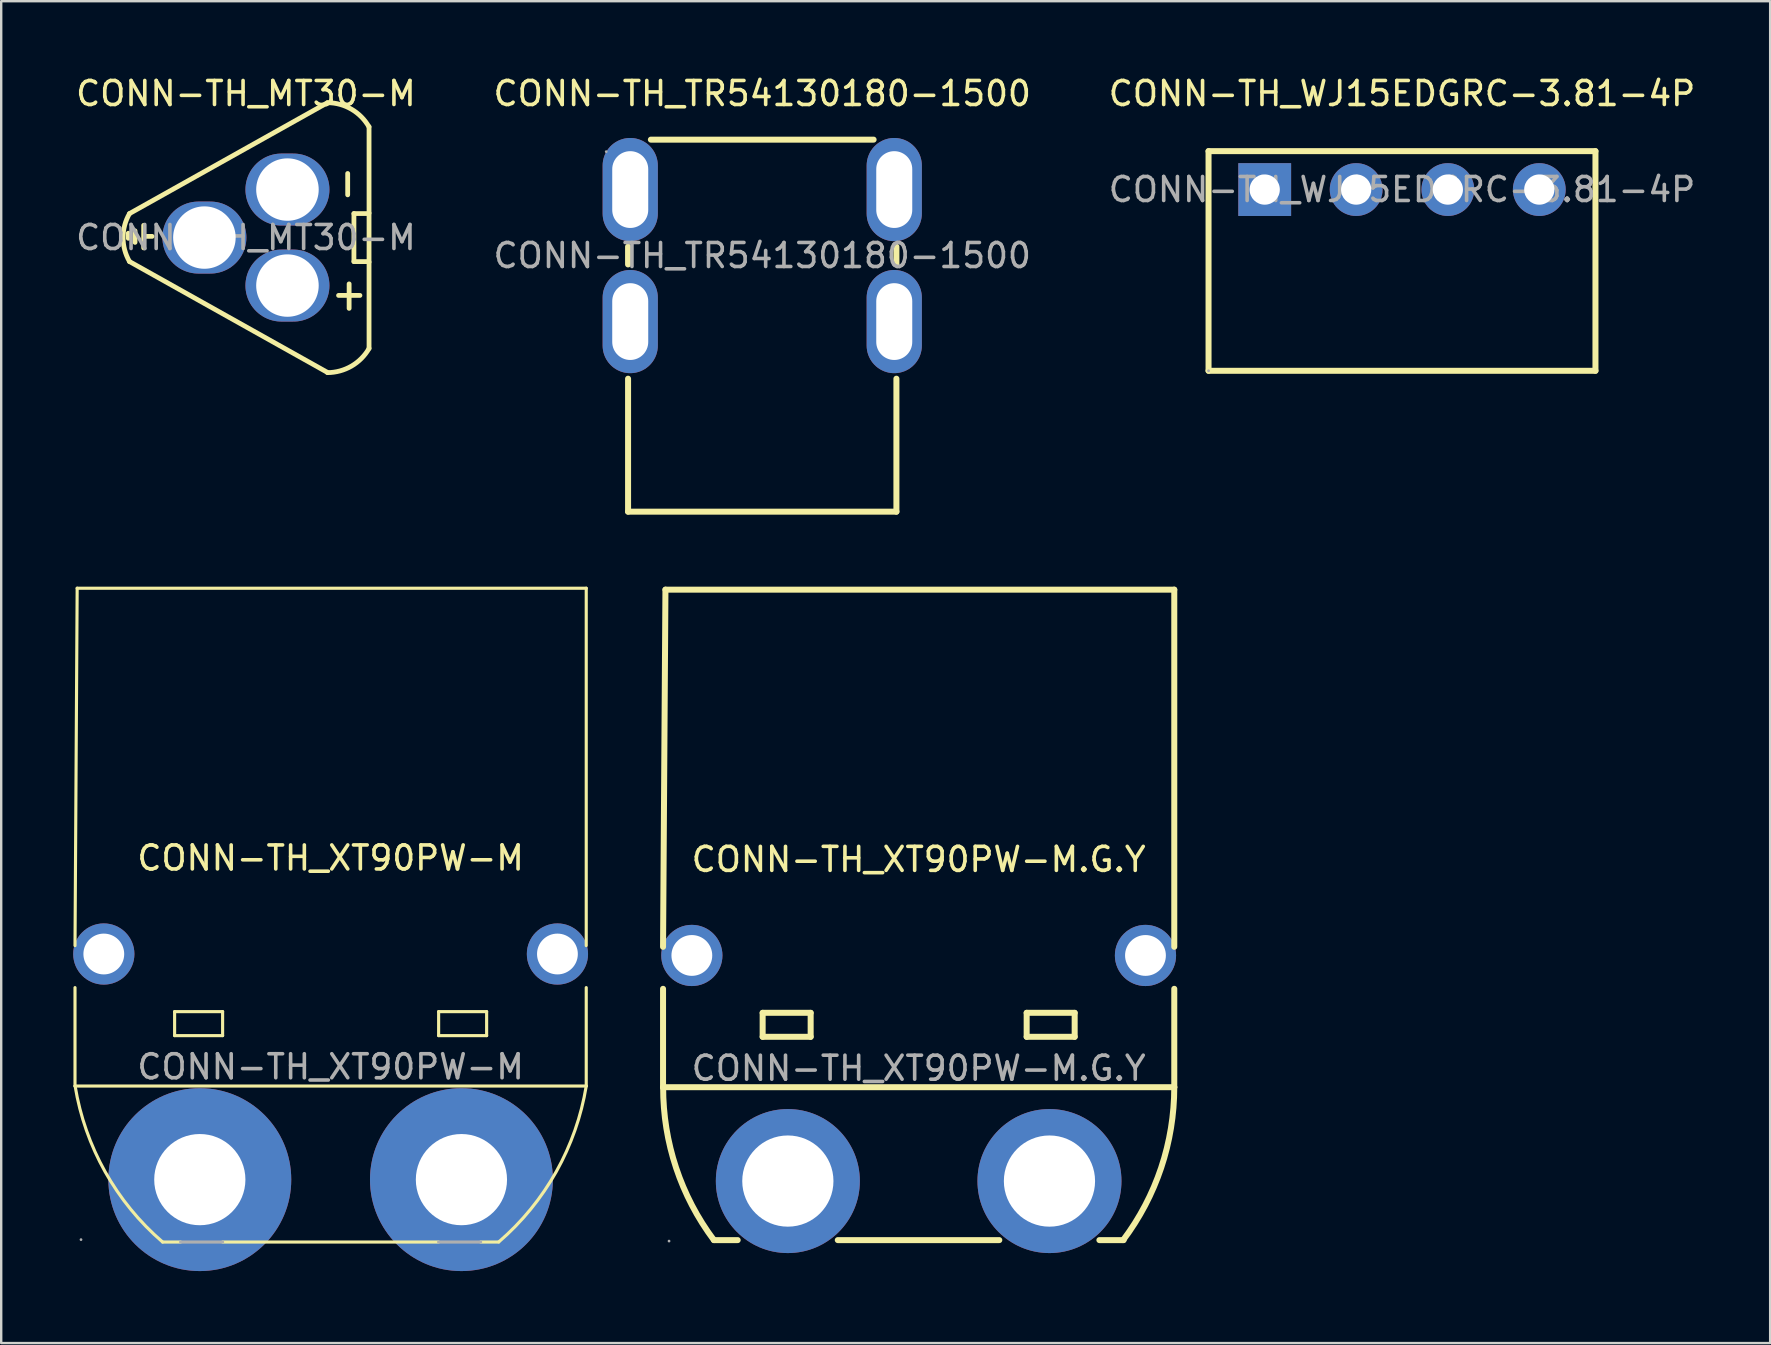
<source format=kicad_pcb>
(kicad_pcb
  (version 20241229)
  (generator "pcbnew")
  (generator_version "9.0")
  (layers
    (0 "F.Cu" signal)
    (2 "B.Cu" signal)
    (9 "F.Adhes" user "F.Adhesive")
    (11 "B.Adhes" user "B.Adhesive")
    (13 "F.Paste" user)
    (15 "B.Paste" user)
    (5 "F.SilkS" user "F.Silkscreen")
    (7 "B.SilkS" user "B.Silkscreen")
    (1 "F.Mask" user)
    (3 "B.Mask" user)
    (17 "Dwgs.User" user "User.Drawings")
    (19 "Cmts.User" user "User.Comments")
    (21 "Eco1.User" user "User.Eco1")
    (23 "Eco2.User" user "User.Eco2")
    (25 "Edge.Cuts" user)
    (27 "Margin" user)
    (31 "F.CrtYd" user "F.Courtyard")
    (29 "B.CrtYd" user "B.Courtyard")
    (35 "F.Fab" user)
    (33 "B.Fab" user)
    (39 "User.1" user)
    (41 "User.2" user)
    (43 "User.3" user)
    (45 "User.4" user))
  (footprint "CONN-TH_TR54130180-1500"
    (layer "F.Cu")
    (at 28.708 7.598)
    (property "Reference" "CONN-TH_TR54130180-1500" (at 0 -6.75 0) (layer "F.SilkS") (effects (font (size 1 1) (thickness 0.15))))
    (attr through_hole)
    (fp_line (start -5.59 -0.37) (end -5.59 0.37) (stroke (width 0.25) (type solid)) (layer "F.SilkS"))
    (fp_line (start -5.59 5.13) (end -5.59 10.67) (stroke (width 0.25) (type solid)) (layer "F.SilkS"))
    (fp_line (start -5.59 10.67) (end 5.59 10.67) (stroke (width 0.25) (type solid)) (layer "F.SilkS"))
    (fp_line (start -4.64 -4.83) (end 4.64 -4.83) (stroke (width 0.25) (type solid)) (layer "F.SilkS"))
    (fp_line (start 5.59 0.37) (end 5.59 -0.37) (stroke (width 0.25) (type solid)) (layer "F.SilkS"))
    (fp_line (start 5.59 10.67) (end 5.59 5.13) (stroke (width 0.25) (type solid)) (layer "F.SilkS"))
    (fp_circle (center -6.5 -4.33) (end -6.47 -4.33) (stroke (width 0.06) (type solid)) (fill no) (layer "F.Fab"))
    (fp_text user "${REFERENCE}" (at 0 0 0) (layer "F.Fab") (effects (font (size 1 1) (thickness 0.15))))
    (pad "1" thru_hole oval (at -5.5 -2.75) (size 2.3 4.3) (drill oval 1.5 3.2) (layers "*.Cu" "*.Mask"))
    (pad "2" thru_hole oval (at 5.5 -2.75) (size 2.3 4.3) (drill oval 1.5 3.2) (layers "*.Cu" "*.Mask"))
    (pad "3" thru_hole oval (at 5.5 2.75) (size 2.3 4.3) (drill oval 1.5 3.2) (layers "*.Cu" "*.Mask"))
    (pad "4" thru_hole oval (at -5.5 2.75) (size 2.3 4.3) (drill oval 1.5 3.2) (layers "*.Cu" "*.Mask")))
  (footprint "CONN-TH_XT90PW-M.G.Y"
    (layer "F.Cu")
    (at 35.225 41.458)
    (property "Reference" "CONN-TH_XT90PW-M.G.Y" (at 0 -8.7 0) (layer "F.SilkS") (effects (font (size 1 1) (thickness 0.15))))
    (attr through_hole)
    (fp_line (start -10.65 -5.06) (end -10.55 -19.94) (stroke (width 0.25) (type solid)) (layer "F.SilkS"))
    (fp_line (start -10.65 -3.31) (end -10.65 0.79) (stroke (width 0.25) (type solid)) (layer "F.SilkS"))
    (fp_line (start -10.65 0.79) (end 10.65 0.79) (stroke (width 0.25) (type solid)) (layer "F.SilkS"))
    (fp_line (start -10.55 -19.94) (end 10.65 -19.94) (stroke (width 0.25) (type solid)) (layer "F.SilkS"))
    (fp_line (start -8.53 7.16) (end -7.54 7.16) (stroke (width 0.25) (type solid)) (layer "F.SilkS"))
    (fp_line (start -6.5 -2.31) (end -4.5 -2.31) (stroke (width 0.25) (type solid)) (layer "F.SilkS"))
    (fp_line (start -6.5 -1.31) (end -6.5 -2.31) (stroke (width 0.25) (type solid)) (layer "F.SilkS"))
    (fp_line (start -4.5 -2.31) (end -4.5 -1.31) (stroke (width 0.25) (type solid)) (layer "F.SilkS"))
    (fp_line (start -4.5 -1.31) (end -6.5 -1.31) (stroke (width 0.25) (type solid)) (layer "F.SilkS"))
    (fp_line (start -3.37 7.16) (end 3.36 7.16) (stroke (width 0.25) (type solid)) (layer "F.SilkS"))
    (fp_line (start 4.5 -2.31) (end 6.5 -2.31) (stroke (width 0.25) (type solid)) (layer "F.SilkS"))
    (fp_line (start 4.5 -1.31) (end 4.5 -2.31) (stroke (width 0.25) (type solid)) (layer "F.SilkS"))
    (fp_line (start 6.5 -2.31) (end 6.5 -1.31) (stroke (width 0.25) (type solid)) (layer "F.SilkS"))
    (fp_line (start 6.5 -1.31) (end 4.5 -1.31) (stroke (width 0.25) (type solid)) (layer "F.SilkS"))
    (fp_line (start 7.53 7.16) (end 8.54 7.16) (stroke (width 0.25) (type solid)) (layer "F.SilkS"))
    (fp_line (start 10.65 -19.94) (end 10.65 -5.06) (stroke (width 0.25) (type solid)) (layer "F.SilkS"))
    (fp_line (start 10.65 0.79) (end 10.65 -3.31) (stroke (width 0.25) (type solid)) (layer "F.SilkS"))
    (fp_arc (start -8.53 7.16) (mid -10.106021 4.147792) (end -10.645984 0.791353) (stroke (width 0.25) (type solid)) (layer "F.SilkS"))
    (fp_arc (start 10.650019 0.78965) (mid 10.103463 4.148177) (end 8.52 7.16) (stroke (width 0.25) (type solid)) (layer "F.SilkS"))
    (fp_circle (center -10.4 7.2) (end -10.37 7.2) (stroke (width 0.06) (type solid)) (fill no) (layer "F.Fab"))
    (fp_circle (center -5.45 4.7) (end -4.57 4.7) (stroke (width 1.75) (type solid)) (fill no) (layer "F.Fab"))
    (fp_circle (center 5.45 4.7) (end 6.33 4.7) (stroke (width 1.75) (type solid)) (fill no) (layer "F.Fab"))
    (fp_text user "${REFERENCE}" (at 0 0 0) (layer "F.Fab") (effects (font (size 1 1) (thickness 0.15))))
    (pad "1" thru_hole circle (at -5.45 4.7) (size 6 6) (drill 3.8) (layers "*.Cu" "*.Mask"))
    (pad "2" thru_hole circle (at 5.45 4.7) (size 6 6) (drill 3.8) (layers "*.Cu" "*.Mask"))
    (pad "3" thru_hole circle (at 9.45 -4.7) (size 2.55 2.55) (drill oval 1.7 1.7) (layers "*.Cu" "*.Mask"))
    (pad "4" thru_hole circle (at -9.45 -4.7) (size 2.55 2.55) (drill oval 1.7 1.7) (layers "*.Cu" "*.Mask")))
  (footprint "CONN-TH_XT90PW-M"
    (layer "F.Cu")
    (at 10.725 41.398)
    (property "Reference" "CONN-TH_XT90PW-M" (at 0 -8.7 0) (layer "F.SilkS") (effects (font (size 1 1) (thickness 0.15))))
    (attr through_hole)
    (fp_line (start -10.65 -5.05) (end -10.56 -19.94) (stroke (width 0.13) (type solid)) (layer "F.SilkS"))
    (fp_line (start -10.65 -3.3) (end -10.65 0.8) (stroke (width 0.13) (type solid)) (layer "F.SilkS"))
    (fp_line (start -10.65 0.8) (end 10.65 0.8) (stroke (width 0.13) (type solid)) (layer "F.SilkS"))
    (fp_line (start -10.56 -19.94) (end 10.65 -19.94) (stroke (width 0.13) (type solid)) (layer "F.SilkS"))
    (fp_line (start -7 7.3) (end -6.25 7.3) (stroke (width 0.13) (type solid)) (layer "F.SilkS"))
    (fp_line (start -6.5 -2.3) (end -4.5 -2.3) (stroke (width 0.13) (type solid)) (layer "F.SilkS"))
    (fp_line (start -6.5 -1.3) (end -6.5 -2.3) (stroke (width 0.13) (type solid)) (layer "F.SilkS"))
    (fp_line (start -4.5 -2.3) (end -4.5 -1.3) (stroke (width 0.13) (type solid)) (layer "F.SilkS"))
    (fp_line (start -4.5 -1.3) (end -6.5 -1.3) (stroke (width 0.13) (type solid)) (layer "F.SilkS"))
    (fp_line (start -4.5 7.3) (end 4.5 7.3) (stroke (width 0.13) (type solid)) (layer "F.SilkS"))
    (fp_line (start 4.5 -2.3) (end 6.5 -2.3) (stroke (width 0.13) (type solid)) (layer "F.SilkS"))
    (fp_line (start 4.5 -1.3) (end 4.5 -2.3) (stroke (width 0.13) (type solid)) (layer "F.SilkS"))
    (fp_line (start 6.25 7.3) (end 7 7.3) (stroke (width 0.13) (type solid)) (layer "F.SilkS"))
    (fp_line (start 6.5 -2.3) (end 6.5 -1.3) (stroke (width 0.13) (type solid)) (layer "F.SilkS"))
    (fp_line (start 6.5 -1.3) (end 4.5 -1.3) (stroke (width 0.13) (type solid)) (layer "F.SilkS"))
    (fp_line (start 10.65 -19.94) (end 10.65 -5.05) (stroke (width 0.13) (type solid)) (layer "F.SilkS"))
    (fp_line (start 10.65 0.8) (end 10.65 -3.3) (stroke (width 0.13) (type solid)) (layer "F.SilkS"))
    (fp_arc (start -7 7.3) (mid -9.395836 4.370927) (end -10.645695 0.799184) (stroke (width 0.13) (type solid)) (layer "F.SilkS"))
    (fp_arc (start 10.65 0.8) (mid 9.400205 4.369746) (end 7.005113 7.296965) (stroke (width 0.13) (type solid)) (layer "F.SilkS"))
    (fp_line (start -6.25 7.3) (end -4.5 7.3) (stroke (width 0.13) (type solid)) (layer "F.Fab"))
    (fp_line (start 4.5 7.3) (end 6.25 7.3) (stroke (width 0.13) (type solid)) (layer "F.Fab"))
    (fp_circle (center -10.4 7.2) (end -10.37 7.2) (stroke (width 0.06) (type solid)) (fill no) (layer "F.Fab"))
    (fp_circle (center -5.45 4.7) (end -4.57 4.7) (stroke (width 1.75) (type solid)) (fill no) (layer "F.Fab"))
    (fp_circle (center 5.45 4.7) (end 6.33 4.7) (stroke (width 1.75) (type solid)) (fill no) (layer "F.Fab"))
    (fp_text user "${REFERENCE}" (at 0 0 0) (layer "F.Fab") (effects (font (size 1 1) (thickness 0.15))))
    (pad "1" thru_hole circle (at -5.45 4.7) (size 7.62 7.62) (drill 3.8) (layers "*.Cu" "*.Mask"))
    (pad "2" thru_hole circle (at 5.45 4.7) (size 7.62 7.62) (drill 3.8) (layers "*.Cu" "*.Mask"))
    (pad "3" thru_hole circle (at 9.45 -4.7) (size 2.55 2.55) (drill oval 1.7 1.7) (layers "*.Cu" "*.Mask"))
    (pad "4" thru_hole circle (at -9.45 -4.7) (size 2.55 2.55) (drill oval 1.7 1.7) (layers "*.Cu" "*.Mask")))
  (footprint "CONN-TH_WJ15EDGRC-3.81-4P"
    (layer "F.Cu")
    (at 55.363 4.848)
    (property "Reference" "CONN-TH_WJ15EDGRC-3.81-4P" (at 0 -4 0) (layer "F.SilkS") (effects (font (size 1 1) (thickness 0.15))))
    (attr through_hole)
    (fp_line (start -8.06 -1.6) (end -8.06 7.55) (stroke (width 0.25) (type solid)) (layer "F.SilkS"))
    (fp_line (start -8.06 7.55) (end 8.06 7.55) (stroke (width 0.25) (type solid)) (layer "F.SilkS"))
    (fp_line (start 8.06 -1.6) (end -8.06 -1.6) (stroke (width 0.25) (type solid)) (layer "F.SilkS"))
    (fp_line (start 8.06 7.55) (end 8.06 -1.6) (stroke (width 0.25) (type solid)) (layer "F.SilkS"))
    (fp_circle (center -8.06 7.55) (end -8.03 7.55) (stroke (width 0.06) (type solid)) (fill no) (layer "F.Fab"))
    (fp_text user "${REFERENCE}" (at 0 0 0) (layer "F.Fab") (effects (font (size 1 1) (thickness 0.15))))
    (pad "1" thru_hole rect (at -5.72 0) (size 2.2 2.2) (drill 1.26) (layers "*.Cu" "*.Mask"))
    (pad "2" thru_hole circle (at -1.91 0) (size 2.2 2.2) (drill 1.26) (layers "*.Cu" "*.Mask"))
    (pad "3" thru_hole circle (at 1.91 0) (size 2.2 2.2) (drill 1.26) (layers "*.Cu" "*.Mask"))
    (pad "4" thru_hole circle (at 5.72 0) (size 2.2 2.2) (drill 1.26) (layers "*.Cu" "*.Mask")))
  (footprint "CONN-TH_MT30-M"
    (layer "F.Cu")
    (at 7.196 6.848)
    (property "Reference" "CONN-TH_MT30-M" (at 0 -6 0) (layer "F.SilkS") (effects (font (size 1 1) (thickness 0.15))))
    (attr through_hole)
    (fp_line (start -4.9 0.03) (end -4.9 -0.18) (stroke (width 0.2) (type solid)) (layer "F.SilkS"))
    (fp_line (start -4.85 -1) (end 3.4 -5.62) (stroke (width 0.2) (type solid)) (layer "F.SilkS"))
    (fp_line (start -4.62 0.2) (end -4.62 -0.28) (stroke (width 0.2) (type solid)) (layer "F.SilkS"))
    (fp_line (start -4.26 0.43) (end -4.26 -0.51) (stroke (width 0.2) (type solid)) (layer "F.SilkS"))
    (fp_line (start -3.91 -0.05) (end -4.21 -0.05) (stroke (width 0.2) (type solid)) (layer "F.SilkS"))
    (fp_line (start 3.4 5.62) (end -4.85 1) (stroke (width 0.2) (type solid)) (layer "F.SilkS"))
    (fp_line (start 4.24 -1.78) (end 4.24 -2.67) (stroke (width 0.2) (type solid)) (layer "F.SilkS"))
    (fp_line (start 4.3 2.95) (end 4.3 1.93) (stroke (width 0.2) (type solid)) (layer "F.SilkS"))
    (fp_line (start 4.5 -1) (end 5.11 -1) (stroke (width 0.2) (type solid)) (layer "F.SilkS"))
    (fp_line (start 4.5 1) (end 4.5 -1) (stroke (width 0.2) (type solid)) (layer "F.SilkS"))
    (fp_line (start 4.75 2.41) (end 3.86 2.41) (stroke (width 0.2) (type solid)) (layer "F.SilkS"))
    (fp_line (start 5.11 -1) (end 5.13 -1.02) (stroke (width 0.2) (type solid)) (layer "F.SilkS"))
    (fp_line (start 5.11 1) (end 4.5 1) (stroke (width 0.2) (type solid)) (layer "F.SilkS"))
    (fp_line (start 5.13 1.02) (end 5.11 1) (stroke (width 0.2) (type solid)) (layer "F.SilkS"))
    (fp_line (start 5.13 4.62) (end 5.13 -4.62) (stroke (width 0.2) (type solid)) (layer "F.SilkS"))
    (fp_arc (start -4.85 1) (mid -5.118224 0.001025) (end -4.851025 -0.998224) (stroke (width 0.2) (type solid)) (layer "F.SilkS"))
    (fp_arc (start 3.4 -5.62) (mid 4.397756 -5.347579) (end 5.126012 -4.613158) (stroke (width 0.2) (type solid)) (layer "F.SilkS"))
    (fp_arc (start 5.13 4.62) (mid 4.397793 5.355498) (end 3.396076 5.626879) (stroke (width 0.2) (type solid)) (layer "F.SilkS"))
    (fp_text user "${REFERENCE}" (at 0 0 0) (layer "F.Fab") (effects (font (size 1 1) (thickness 0.15))))
    (pad "1" thru_hole oval (at 1.73 -2) (size 3.5 3) (drill oval 2.605 2.6) (layers "*.Cu" "*.Mask"))
    (pad "2" thru_hole oval (at -1.73 0) (size 3.5 3) (drill oval 2.605 2.6) (layers "*.Cu" "*.Mask"))
    (pad "3" thru_hole oval (at 1.73 2) (size 3.5 3) (drill oval 2.605 2.6) (layers "*.Cu" "*.Mask")))
  (gr_rect
    (start -3 -3)
    (end 70.702 52.908)
    (stroke (width 0.1) (type default))
    (fill no)
    (layer "Edge.Cuts")))
</source>
